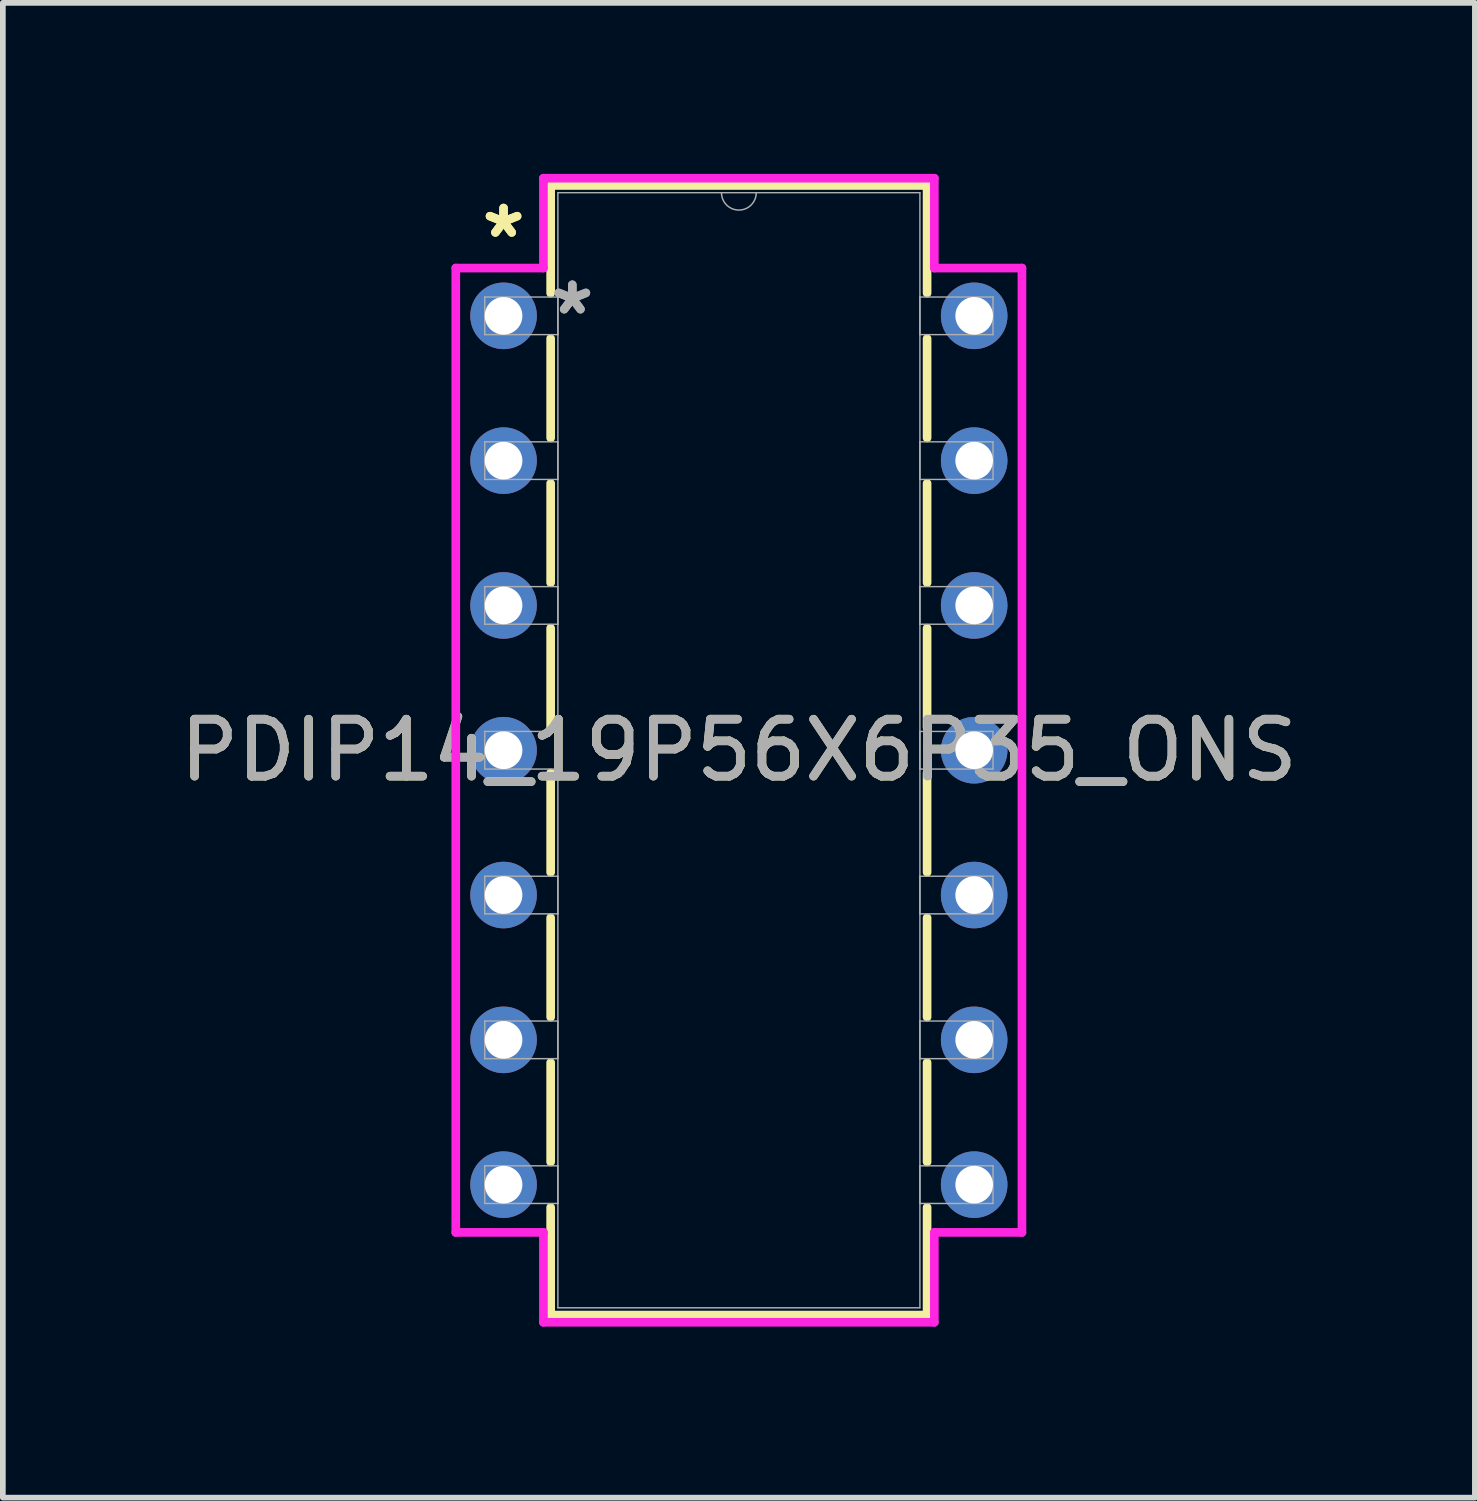
<source format=kicad_pcb>
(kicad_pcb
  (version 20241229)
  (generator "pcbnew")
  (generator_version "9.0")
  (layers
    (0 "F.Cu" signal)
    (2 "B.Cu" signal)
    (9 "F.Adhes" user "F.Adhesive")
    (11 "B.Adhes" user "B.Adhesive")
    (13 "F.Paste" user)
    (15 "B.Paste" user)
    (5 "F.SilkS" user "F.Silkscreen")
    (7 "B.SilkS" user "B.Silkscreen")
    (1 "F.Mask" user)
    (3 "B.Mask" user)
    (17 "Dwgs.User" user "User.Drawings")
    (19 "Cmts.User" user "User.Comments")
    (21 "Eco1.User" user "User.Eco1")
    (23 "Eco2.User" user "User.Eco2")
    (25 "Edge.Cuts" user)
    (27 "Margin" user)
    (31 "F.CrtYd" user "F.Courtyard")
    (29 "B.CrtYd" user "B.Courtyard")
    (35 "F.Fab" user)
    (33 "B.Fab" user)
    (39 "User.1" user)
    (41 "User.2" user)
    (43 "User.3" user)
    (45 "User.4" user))
  (footprint "PDIP14_19P56X6P35_ONS"
    (layer "F.Cu")
    (at 5.783 2.49)
    (property "Reference" "PDIP14_19P56X6P35_ONS" (at 4.128 7.62 0) (unlocked yes) (layer "F.SilkS") (effects (font (size 1 1) (thickness 0.15))))
    (attr through_hole)
    (fp_line (start 0.826 -2.287) (end 0.826 -0.399) (stroke (width 0.152) (type solid)) (layer "F.SilkS"))
    (fp_line (start 0.826 0.399) (end 0.826 2.141) (stroke (width 0.152) (type solid)) (layer "F.SilkS"))
    (fp_line (start 0.826 2.939) (end 0.826 4.681) (stroke (width 0.152) (type solid)) (layer "F.SilkS"))
    (fp_line (start 0.826 5.479) (end 0.826 7.221) (stroke (width 0.152) (type solid)) (layer "F.SilkS"))
    (fp_line (start 0.826 8.019) (end 0.826 9.761) (stroke (width 0.152) (type solid)) (layer "F.SilkS"))
    (fp_line (start 0.826 10.559) (end 0.826 12.301) (stroke (width 0.152) (type solid)) (layer "F.SilkS"))
    (fp_line (start 0.826 13.099) (end 0.826 14.841) (stroke (width 0.152) (type solid)) (layer "F.SilkS"))
    (fp_line (start 0.826 15.639) (end 0.826 17.527) (stroke (width 0.152) (type solid)) (layer "F.SilkS"))
    (fp_line (start 0.826 17.527) (end 7.429 17.527) (stroke (width 0.152) (type solid)) (layer "F.SilkS"))
    (fp_line (start 7.429 -2.287) (end 0.826 -2.287) (stroke (width 0.152) (type solid)) (layer "F.SilkS"))
    (fp_line (start 7.429 -0.399) (end 7.429 -2.287) (stroke (width 0.152) (type solid)) (layer "F.SilkS"))
    (fp_line (start 7.429 2.141) (end 7.429 0.399) (stroke (width 0.152) (type solid)) (layer "F.SilkS"))
    (fp_line (start 7.429 4.681) (end 7.429 2.939) (stroke (width 0.152) (type solid)) (layer "F.SilkS"))
    (fp_line (start 7.429 7.221) (end 7.429 5.479) (stroke (width 0.152) (type solid)) (layer "F.SilkS"))
    (fp_line (start 7.429 9.761) (end 7.429 8.019) (stroke (width 0.152) (type solid)) (layer "F.SilkS"))
    (fp_line (start 7.429 12.301) (end 7.429 10.559) (stroke (width 0.152) (type solid)) (layer "F.SilkS"))
    (fp_line (start 7.429 14.841) (end 7.429 13.099) (stroke (width 0.152) (type solid)) (layer "F.SilkS"))
    (fp_line (start 7.429 17.527) (end 7.429 15.639) (stroke (width 0.152) (type solid)) (layer "F.SilkS"))
    (fp_line (start -0.838 -0.838) (end 0.699 -0.838) (stroke (width 0.152) (type solid)) (layer "F.CrtYd"))
    (fp_line (start -0.838 16.078) (end -0.838 -0.838) (stroke (width 0.152) (type solid)) (layer "F.CrtYd"))
    (fp_line (start 0.699 -2.414) (end 7.556 -2.414) (stroke (width 0.152) (type solid)) (layer "F.CrtYd"))
    (fp_line (start 0.699 -0.838) (end 0.699 -2.414) (stroke (width 0.152) (type solid)) (layer "F.CrtYd"))
    (fp_line (start 0.699 16.078) (end -0.838 16.078) (stroke (width 0.152) (type solid)) (layer "F.CrtYd"))
    (fp_line (start 0.699 17.654) (end 0.699 16.078) (stroke (width 0.152) (type solid)) (layer "F.CrtYd"))
    (fp_line (start 7.556 -2.414) (end 7.556 -0.838) (stroke (width 0.152) (type solid)) (layer "F.CrtYd"))
    (fp_line (start 7.556 16.078) (end 7.556 17.654) (stroke (width 0.152) (type solid)) (layer "F.CrtYd"))
    (fp_line (start 7.556 17.654) (end 0.699 17.654) (stroke (width 0.152) (type solid)) (layer "F.CrtYd"))
    (fp_line (start 9.093 -0.838) (end 7.556 -0.838) (stroke (width 0.152) (type solid)) (layer "F.CrtYd"))
    (fp_line (start 9.093 -0.838) (end 9.093 16.078) (stroke (width 0.152) (type solid)) (layer "F.CrtYd"))
    (fp_line (start 9.093 16.078) (end 7.556 16.078) (stroke (width 0.152) (type solid)) (layer "F.CrtYd"))
    (fp_line (start -0.33 -0.33) (end -0.33 0.33) (stroke (width 0.025) (type solid)) (layer "F.Fab"))
    (fp_line (start -0.33 0.33) (end 0.953 0.33) (stroke (width 0.025) (type solid)) (layer "F.Fab"))
    (fp_line (start -0.33 2.21) (end -0.33 2.87) (stroke (width 0.025) (type solid)) (layer "F.Fab"))
    (fp_line (start -0.33 2.87) (end 0.953 2.87) (stroke (width 0.025) (type solid)) (layer "F.Fab"))
    (fp_line (start -0.33 4.75) (end -0.33 5.41) (stroke (width 0.025) (type solid)) (layer "F.Fab"))
    (fp_line (start -0.33 5.41) (end 0.953 5.41) (stroke (width 0.025) (type solid)) (layer "F.Fab"))
    (fp_line (start -0.33 7.29) (end -0.33 7.95) (stroke (width 0.025) (type solid)) (layer "F.Fab"))
    (fp_line (start -0.33 7.95) (end 0.953 7.95) (stroke (width 0.025) (type solid)) (layer "F.Fab"))
    (fp_line (start -0.33 9.83) (end -0.33 10.49) (stroke (width 0.025) (type solid)) (layer "F.Fab"))
    (fp_line (start -0.33 10.49) (end 0.953 10.49) (stroke (width 0.025) (type solid)) (layer "F.Fab"))
    (fp_line (start -0.33 12.37) (end -0.33 13.03) (stroke (width 0.025) (type solid)) (layer "F.Fab"))
    (fp_line (start -0.33 13.03) (end 0.953 13.03) (stroke (width 0.025) (type solid)) (layer "F.Fab"))
    (fp_line (start -0.33 14.91) (end -0.33 15.57) (stroke (width 0.025) (type solid)) (layer "F.Fab"))
    (fp_line (start -0.33 15.57) (end 0.953 15.57) (stroke (width 0.025) (type solid)) (layer "F.Fab"))
    (fp_line (start 0.953 -2.16) (end 0.953 17.4) (stroke (width 0.025) (type solid)) (layer "F.Fab"))
    (fp_line (start 0.953 -0.33) (end -0.33 -0.33) (stroke (width 0.025) (type solid)) (layer "F.Fab"))
    (fp_line (start 0.953 0.33) (end 0.953 -0.33) (stroke (width 0.025) (type solid)) (layer "F.Fab"))
    (fp_line (start 0.953 2.21) (end -0.33 2.21) (stroke (width 0.025) (type solid)) (layer "F.Fab"))
    (fp_line (start 0.953 2.87) (end 0.953 2.21) (stroke (width 0.025) (type solid)) (layer "F.Fab"))
    (fp_line (start 0.953 4.75) (end -0.33 4.75) (stroke (width 0.025) (type solid)) (layer "F.Fab"))
    (fp_line (start 0.953 5.41) (end 0.953 4.75) (stroke (width 0.025) (type solid)) (layer "F.Fab"))
    (fp_line (start 0.953 7.29) (end -0.33 7.29) (stroke (width 0.025) (type solid)) (layer "F.Fab"))
    (fp_line (start 0.953 7.95) (end 0.953 7.29) (stroke (width 0.025) (type solid)) (layer "F.Fab"))
    (fp_line (start 0.953 9.83) (end -0.33 9.83) (stroke (width 0.025) (type solid)) (layer "F.Fab"))
    (fp_line (start 0.953 10.49) (end 0.953 9.83) (stroke (width 0.025) (type solid)) (layer "F.Fab"))
    (fp_line (start 0.953 12.37) (end -0.33 12.37) (stroke (width 0.025) (type solid)) (layer "F.Fab"))
    (fp_line (start 0.953 13.03) (end 0.953 12.37) (stroke (width 0.025) (type solid)) (layer "F.Fab"))
    (fp_line (start 0.953 14.91) (end -0.33 14.91) (stroke (width 0.025) (type solid)) (layer "F.Fab"))
    (fp_line (start 0.953 15.57) (end 0.953 14.91) (stroke (width 0.025) (type solid)) (layer "F.Fab"))
    (fp_line (start 0.953 17.4) (end 7.303 17.4) (stroke (width 0.025) (type solid)) (layer "F.Fab"))
    (fp_line (start 7.303 -2.16) (end 0.953 -2.16) (stroke (width 0.025) (type solid)) (layer "F.Fab"))
    (fp_line (start 7.303 -0.33) (end 7.303 0.33) (stroke (width 0.025) (type solid)) (layer "F.Fab"))
    (fp_line (start 7.303 0.33) (end 8.585 0.33) (stroke (width 0.025) (type solid)) (layer "F.Fab"))
    (fp_line (start 7.303 2.21) (end 7.303 2.87) (stroke (width 0.025) (type solid)) (layer "F.Fab"))
    (fp_line (start 7.303 2.87) (end 8.585 2.87) (stroke (width 0.025) (type solid)) (layer "F.Fab"))
    (fp_line (start 7.303 4.75) (end 7.303 5.41) (stroke (width 0.025) (type solid)) (layer "F.Fab"))
    (fp_line (start 7.303 5.41) (end 8.585 5.41) (stroke (width 0.025) (type solid)) (layer "F.Fab"))
    (fp_line (start 7.303 7.29) (end 7.303 7.95) (stroke (width 0.025) (type solid)) (layer "F.Fab"))
    (fp_line (start 7.303 7.95) (end 8.585 7.95) (stroke (width 0.025) (type solid)) (layer "F.Fab"))
    (fp_line (start 7.303 9.83) (end 7.303 10.49) (stroke (width 0.025) (type solid)) (layer "F.Fab"))
    (fp_line (start 7.303 10.49) (end 8.585 10.49) (stroke (width 0.025) (type solid)) (layer "F.Fab"))
    (fp_line (start 7.303 12.37) (end 7.303 13.03) (stroke (width 0.025) (type solid)) (layer "F.Fab"))
    (fp_line (start 7.303 13.03) (end 8.585 13.03) (stroke (width 0.025) (type solid)) (layer "F.Fab"))
    (fp_line (start 7.303 14.91) (end 7.303 15.57) (stroke (width 0.025) (type solid)) (layer "F.Fab"))
    (fp_line (start 7.303 15.57) (end 8.585 15.57) (stroke (width 0.025) (type solid)) (layer "F.Fab"))
    (fp_line (start 7.303 17.4) (end 7.303 -2.16) (stroke (width 0.025) (type solid)) (layer "F.Fab"))
    (fp_line (start 8.585 -0.33) (end 7.303 -0.33) (stroke (width 0.025) (type solid)) (layer "F.Fab"))
    (fp_line (start 8.585 0.33) (end 8.585 -0.33) (stroke (width 0.025) (type solid)) (layer "F.Fab"))
    (fp_line (start 8.585 2.21) (end 7.303 2.21) (stroke (width 0.025) (type solid)) (layer "F.Fab"))
    (fp_line (start 8.585 2.87) (end 8.585 2.21) (stroke (width 0.025) (type solid)) (layer "F.Fab"))
    (fp_line (start 8.585 4.75) (end 7.303 4.75) (stroke (width 0.025) (type solid)) (layer "F.Fab"))
    (fp_line (start 8.585 5.41) (end 8.585 4.75) (stroke (width 0.025) (type solid)) (layer "F.Fab"))
    (fp_line (start 8.585 7.29) (end 7.303 7.29) (stroke (width 0.025) (type solid)) (layer "F.Fab"))
    (fp_line (start 8.585 7.95) (end 8.585 7.29) (stroke (width 0.025) (type solid)) (layer "F.Fab"))
    (fp_line (start 8.585 9.83) (end 7.303 9.83) (stroke (width 0.025) (type solid)) (layer "F.Fab"))
    (fp_line (start 8.585 10.49) (end 8.585 9.83) (stroke (width 0.025) (type solid)) (layer "F.Fab"))
    (fp_line (start 8.585 12.37) (end 7.303 12.37) (stroke (width 0.025) (type solid)) (layer "F.Fab"))
    (fp_line (start 8.585 13.03) (end 8.585 12.37) (stroke (width 0.025) (type solid)) (layer "F.Fab"))
    (fp_line (start 8.585 14.91) (end 7.303 14.91) (stroke (width 0.025) (type solid)) (layer "F.Fab"))
    (fp_line (start 8.585 15.57) (end 8.585 14.91) (stroke (width 0.025) (type solid)) (layer "F.Fab"))
    (fp_arc (start 4.4323 -2.159998) (mid 4.1275 -1.855198) (end 3.8227 -2.159998) (stroke (width 0.0254) (type solid)) (layer "F.Fab"))
    (fp_text user "*" (at 0 -1.346 0) (layer "F.SilkS") (effects (font (size 1 1) (thickness 0.15))))
    (fp_text user "*" (at 0 -1.346 0) (unlocked yes) (layer "F.SilkS") (effects (font (size 1 1) (thickness 0.15))))
    (fp_text user "*" (at 1.206 0 0) (unlocked yes) (layer "F.Fab") (effects (font (size 1 1) (thickness 0.15))))
    (fp_text user "*" (at 1.206 0 0) (layer "F.Fab") (effects (font (size 1 1) (thickness 0.15))))
    (fp_text user "${REFERENCE}" (at 4.128 7.62 0) (unlocked yes) (layer "F.Fab") (effects (font (size 1 1) (thickness 0.15))))
    (pad "1" thru_hole circle (at 0 0) (size 1.168 1.168) (drill 0.66) (layers "*.Cu" "*.Mask"))
    (pad "2" thru_hole circle (at 0 2.54) (size 1.168 1.168) (drill 0.66) (layers "*.Cu" "*.Mask"))
    (pad "3" thru_hole circle (at 0 5.08) (size 1.168 1.168) (drill 0.66) (layers "*.Cu" "*.Mask"))
    (pad "4" thru_hole circle (at 0 7.62) (size 1.168 1.168) (drill 0.66) (layers "*.Cu" "*.Mask"))
    (pad "5" thru_hole circle (at 0 10.16) (size 1.168 1.168) (drill 0.66) (layers "*.Cu" "*.Mask"))
    (pad "6" thru_hole circle (at 0 12.7) (size 1.168 1.168) (drill 0.66) (layers "*.Cu" "*.Mask"))
    (pad "7" thru_hole circle (at 0 15.24) (size 1.168 1.168) (drill 0.66) (layers "*.Cu" "*.Mask"))
    (pad "8" thru_hole circle (at 8.255 15.24) (size 1.168 1.168) (drill 0.66) (layers "*.Cu" "*.Mask"))
    (pad "9" thru_hole circle (at 8.255 12.7) (size 1.168 1.168) (drill 0.66) (layers "*.Cu" "*.Mask"))
    (pad "10" thru_hole circle (at 8.255 10.16) (size 1.168 1.168) (drill 0.66) (layers "*.Cu" "*.Mask"))
    (pad "11" thru_hole circle (at 8.255 7.62) (size 1.168 1.168) (drill 0.66) (layers "*.Cu" "*.Mask"))
    (pad "12" thru_hole circle (at 8.255 5.08) (size 1.168 1.168) (drill 0.66) (layers "*.Cu" "*.Mask"))
    (pad "13" thru_hole circle (at 8.255 2.54) (size 1.168 1.168) (drill 0.66) (layers "*.Cu" "*.Mask"))
    (pad "14" thru_hole circle (at 8.255 0) (size 1.168 1.168) (drill 0.66) (layers "*.Cu" "*.Mask")))
  (gr_rect
    (start -3 -3)
    (end 22.821 23.22)
    (stroke (width 0.1) (type default))
    (fill no)
    (layer "Edge.Cuts")))
</source>
